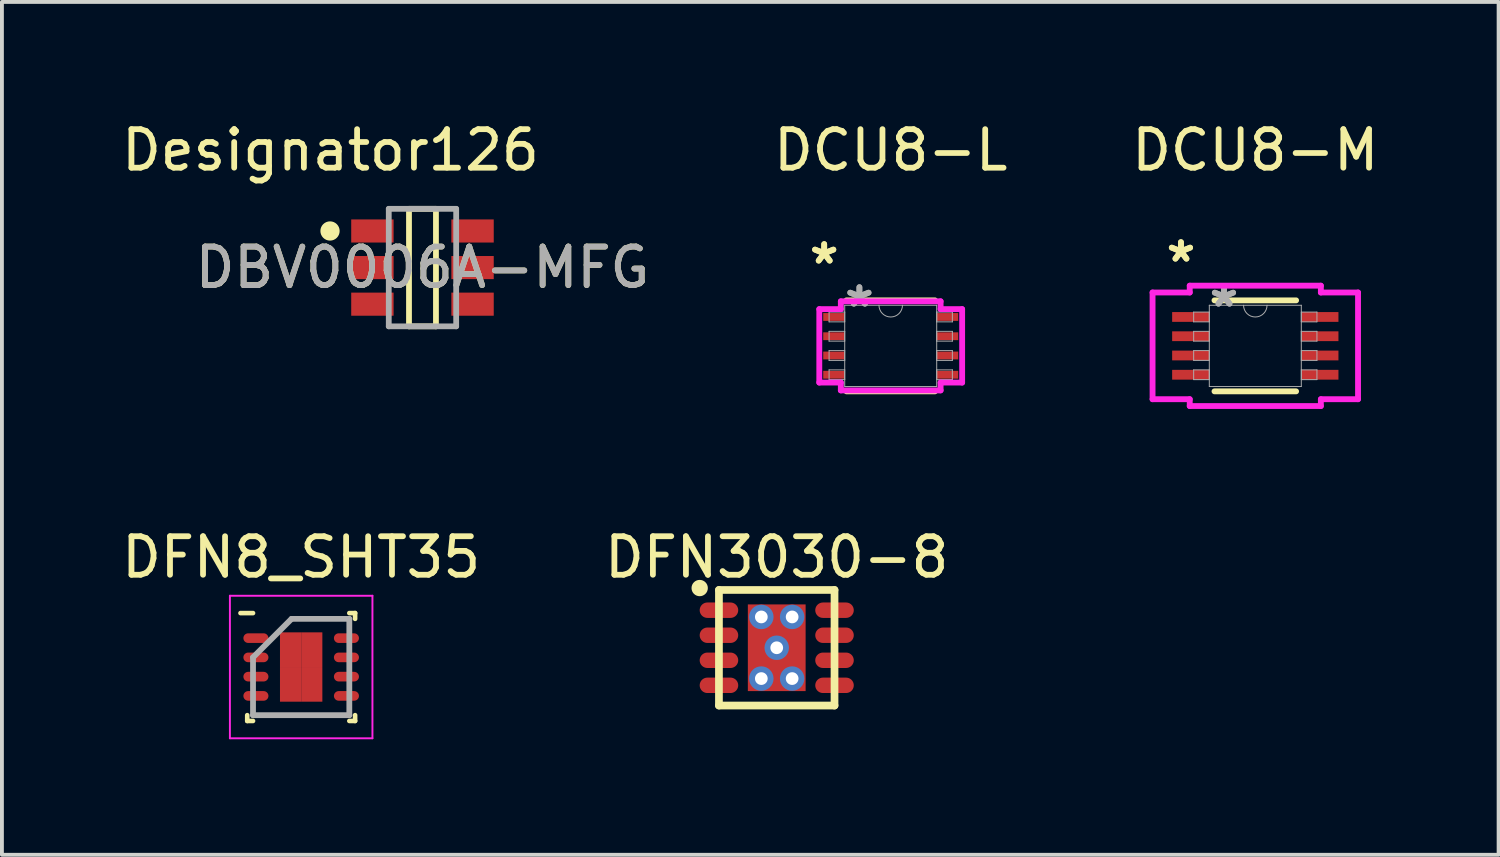
<source format=kicad_pcb>
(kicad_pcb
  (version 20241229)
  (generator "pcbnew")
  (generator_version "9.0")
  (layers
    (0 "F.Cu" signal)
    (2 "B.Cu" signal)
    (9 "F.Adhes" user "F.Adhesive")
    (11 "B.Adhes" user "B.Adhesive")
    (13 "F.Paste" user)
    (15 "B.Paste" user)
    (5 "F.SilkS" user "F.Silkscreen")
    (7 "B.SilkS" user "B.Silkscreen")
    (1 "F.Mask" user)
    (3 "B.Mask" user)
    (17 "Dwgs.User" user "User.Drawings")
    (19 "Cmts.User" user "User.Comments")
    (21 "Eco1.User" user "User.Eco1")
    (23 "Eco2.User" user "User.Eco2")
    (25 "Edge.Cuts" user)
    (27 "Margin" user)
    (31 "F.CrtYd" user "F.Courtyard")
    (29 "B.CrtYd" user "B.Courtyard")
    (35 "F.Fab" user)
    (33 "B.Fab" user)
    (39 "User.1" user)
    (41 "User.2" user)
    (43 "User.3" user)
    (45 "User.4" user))
  (footprint "DCU8-M"
    (layer "F.Cu")
    (at 29.536 5.928)
    (property "Reference" "DCU8-M" (at 0 -5.08 0) (unlocked yes) (layer "F.SilkS") (effects (font (size 1 1) (thickness 0.15))))
    (attr smd)
    (fp_line (start -1.059 1.181) (end 1.059 1.181) (stroke (width 0.152) (type solid)) (layer "F.SilkS"))
    (fp_line (start 1.059 -1.181) (end -1.059 -1.181) (stroke (width 0.152) (type solid)) (layer "F.SilkS"))
    (fp_line (start -2.667 -1.385) (end -1.702 -1.385) (stroke (width 0.152) (type solid)) (layer "F.CrtYd"))
    (fp_line (start -2.667 1.385) (end -2.667 -1.385) (stroke (width 0.152) (type solid)) (layer "F.CrtYd"))
    (fp_line (start -2.667 1.385) (end -1.702 1.385) (stroke (width 0.152) (type solid)) (layer "F.CrtYd"))
    (fp_line (start -1.702 -1.562) (end 1.702 -1.562) (stroke (width 0.152) (type solid)) (layer "F.CrtYd"))
    (fp_line (start -1.702 -1.385) (end -1.702 -1.562) (stroke (width 0.152) (type solid)) (layer "F.CrtYd"))
    (fp_line (start -1.702 1.562) (end -1.702 1.385) (stroke (width 0.152) (type solid)) (layer "F.CrtYd"))
    (fp_line (start 1.702 -1.562) (end 1.702 -1.385) (stroke (width 0.152) (type solid)) (layer "F.CrtYd"))
    (fp_line (start 1.702 1.385) (end 1.702 1.562) (stroke (width 0.152) (type solid)) (layer "F.CrtYd"))
    (fp_line (start 1.702 1.562) (end -1.702 1.562) (stroke (width 0.152) (type solid)) (layer "F.CrtYd"))
    (fp_line (start 2.667 -1.385) (end 1.702 -1.385) (stroke (width 0.152) (type solid)) (layer "F.CrtYd"))
    (fp_line (start 2.667 -1.385) (end 2.667 1.385) (stroke (width 0.152) (type solid)) (layer "F.CrtYd"))
    (fp_line (start 2.667 1.385) (end 1.702 1.385) (stroke (width 0.152) (type solid)) (layer "F.CrtYd"))
    (fp_line (start -1.6 -0.877) (end -1.6 -0.623) (stroke (width 0.025) (type solid)) (layer "F.Fab"))
    (fp_line (start -1.6 -0.623) (end -1.194 -0.623) (stroke (width 0.025) (type solid)) (layer "F.Fab"))
    (fp_line (start -1.6 -0.377) (end -1.6 -0.123) (stroke (width 0.025) (type solid)) (layer "F.Fab"))
    (fp_line (start -1.6 -0.123) (end -1.194 -0.123) (stroke (width 0.025) (type solid)) (layer "F.Fab"))
    (fp_line (start -1.6 0.123) (end -1.6 0.377) (stroke (width 0.025) (type solid)) (layer "F.Fab"))
    (fp_line (start -1.6 0.377) (end -1.194 0.377) (stroke (width 0.025) (type solid)) (layer "F.Fab"))
    (fp_line (start -1.6 0.623) (end -1.6 0.877) (stroke (width 0.025) (type solid)) (layer "F.Fab"))
    (fp_line (start -1.6 0.877) (end -1.194 0.877) (stroke (width 0.025) (type solid)) (layer "F.Fab"))
    (fp_line (start -1.194 -1.054) (end -1.194 1.054) (stroke (width 0.025) (type solid)) (layer "F.Fab"))
    (fp_line (start -1.194 -0.877) (end -1.6 -0.877) (stroke (width 0.025) (type solid)) (layer "F.Fab"))
    (fp_line (start -1.194 -0.623) (end -1.194 -0.877) (stroke (width 0.025) (type solid)) (layer "F.Fab"))
    (fp_line (start -1.194 -0.377) (end -1.6 -0.377) (stroke (width 0.025) (type solid)) (layer "F.Fab"))
    (fp_line (start -1.194 -0.123) (end -1.194 -0.377) (stroke (width 0.025) (type solid)) (layer "F.Fab"))
    (fp_line (start -1.194 0.123) (end -1.6 0.123) (stroke (width 0.025) (type solid)) (layer "F.Fab"))
    (fp_line (start -1.194 0.377) (end -1.194 0.123) (stroke (width 0.025) (type solid)) (layer "F.Fab"))
    (fp_line (start -1.194 0.623) (end -1.6 0.623) (stroke (width 0.025) (type solid)) (layer "F.Fab"))
    (fp_line (start -1.194 0.877) (end -1.194 0.623) (stroke (width 0.025) (type solid)) (layer "F.Fab"))
    (fp_line (start -1.194 1.054) (end 1.194 1.054) (stroke (width 0.025) (type solid)) (layer "F.Fab"))
    (fp_line (start 1.194 -1.054) (end -1.194 -1.054) (stroke (width 0.025) (type solid)) (layer "F.Fab"))
    (fp_line (start 1.194 -0.877) (end 1.194 -0.623) (stroke (width 0.025) (type solid)) (layer "F.Fab"))
    (fp_line (start 1.194 -0.623) (end 1.6 -0.623) (stroke (width 0.025) (type solid)) (layer "F.Fab"))
    (fp_line (start 1.194 -0.377) (end 1.194 -0.123) (stroke (width 0.025) (type solid)) (layer "F.Fab"))
    (fp_line (start 1.194 -0.123) (end 1.6 -0.123) (stroke (width 0.025) (type solid)) (layer "F.Fab"))
    (fp_line (start 1.194 0.123) (end 1.194 0.377) (stroke (width 0.025) (type solid)) (layer "F.Fab"))
    (fp_line (start 1.194 0.377) (end 1.6 0.377) (stroke (width 0.025) (type solid)) (layer "F.Fab"))
    (fp_line (start 1.194 0.623) (end 1.194 0.877) (stroke (width 0.025) (type solid)) (layer "F.Fab"))
    (fp_line (start 1.194 0.877) (end 1.6 0.877) (stroke (width 0.025) (type solid)) (layer "F.Fab"))
    (fp_line (start 1.194 1.054) (end 1.194 -1.054) (stroke (width 0.025) (type solid)) (layer "F.Fab"))
    (fp_line (start 1.6 -0.877) (end 1.194 -0.877) (stroke (width 0.025) (type solid)) (layer "F.Fab"))
    (fp_line (start 1.6 -0.623) (end 1.6 -0.877) (stroke (width 0.025) (type solid)) (layer "F.Fab"))
    (fp_line (start 1.6 -0.377) (end 1.194 -0.377) (stroke (width 0.025) (type solid)) (layer "F.Fab"))
    (fp_line (start 1.6 -0.123) (end 1.6 -0.377) (stroke (width 0.025) (type solid)) (layer "F.Fab"))
    (fp_line (start 1.6 0.123) (end 1.194 0.123) (stroke (width 0.025) (type solid)) (layer "F.Fab"))
    (fp_line (start 1.6 0.377) (end 1.6 0.123) (stroke (width 0.025) (type solid)) (layer "F.Fab"))
    (fp_line (start 1.6 0.623) (end 1.194 0.623) (stroke (width 0.025) (type solid)) (layer "F.Fab"))
    (fp_line (start 1.6 0.877) (end 1.6 0.623) (stroke (width 0.025) (type solid)) (layer "F.Fab"))
    (fp_arc (start 0.3048 -1.0541) (mid 0 -0.7493) (end -0.3048 -1.0541) (stroke (width 0.0254) (type solid)) (layer "F.Fab"))
    (fp_text user "*" (at -1.93 -2.147 0) (layer "F.SilkS") (effects (font (size 1 1) (thickness 0.15))))
    (fp_text user "*" (at -1.93 -2.147 0) (unlocked yes) (layer "F.SilkS") (effects (font (size 1 1) (thickness 0.15))))
    (fp_text user "*" (at -0.813 -0.978 0) (unlocked yes) (layer "F.Fab") (effects (font (size 1 1) (thickness 0.15))))
    (fp_text user "*" (at -0.813 -0.978 0) (layer "F.Fab") (effects (font (size 1 1) (thickness 0.15))))
    (pad "1" smd rect (at -1.676 -0.75) (size 0.965 0.254) (layers "F.Cu" "F.Mask" "F.Paste"))
    (pad "2" smd rect (at -1.676 -0.25) (size 0.965 0.254) (layers "F.Cu" "F.Mask" "F.Paste"))
    (pad "3" smd rect (at -1.676 0.25) (size 0.965 0.254) (layers "F.Cu" "F.Mask" "F.Paste"))
    (pad "4" smd rect (at -1.676 0.75) (size 0.965 0.254) (layers "F.Cu" "F.Mask" "F.Paste"))
    (pad "5" smd rect (at 1.676 0.75) (size 0.965 0.254) (layers "F.Cu" "F.Mask" "F.Paste"))
    (pad "6" smd rect (at 1.676 0.25) (size 0.965 0.254) (layers "F.Cu" "F.Mask" "F.Paste"))
    (pad "7" smd rect (at 1.676 -0.25) (size 0.965 0.254) (layers "F.Cu" "F.Mask" "F.Paste"))
    (pad "8" smd rect (at 1.676 -0.75) (size 0.965 0.254) (layers "F.Cu" "F.Mask" "F.Paste")))
  (footprint "DFN3030-8"
    (layer "F.Cu")
    (at 17.113 13.765)
    (property "Reference" "DFN3030-8" (at 0 -2.35 0) (layer "F.SilkS") (effects (font (size 1 1) (thickness 0.15))))
    (attr through_hole)
    (fp_line (start -2 -1.55) (end -2 -1.55) (stroke (width 0.2) (type solid)) (layer "F.SilkS"))
    (fp_line (start -1.5 -1.5) (end 1.5 -1.5) (stroke (width 0.2) (type solid)) (layer "F.SilkS"))
    (fp_line (start -1.5 1.5) (end -1.5 -1.5) (stroke (width 0.2) (type solid)) (layer "F.SilkS"))
    (fp_line (start 1.5 -1.5) (end 1.5 1.5) (stroke (width 0.2) (type solid)) (layer "F.SilkS"))
    (fp_line (start 1.5 1.5) (end -1.5 1.5) (stroke (width 0.2) (type solid)) (layer "F.SilkS"))
    (fp_circle (center -2 -1.55) (end -1.95 -1.45) (stroke (width 0.2) (type solid)) (fill no) (layer "F.SilkS"))
    (pad "1" smd oval (at -1.5 -0.975) (size 1 0.4) (layers "F.Cu" "F.Mask" "F.Paste"))
    (pad "2" smd oval (at -1.5 -0.325) (size 1 0.4) (layers "F.Cu" "F.Mask" "F.Paste"))
    (pad "3" smd oval (at -1.5 0.325) (size 1 0.4) (layers "F.Cu" "F.Mask" "F.Paste"))
    (pad "4" smd oval (at -1.5 0.975) (size 1 0.4) (layers "F.Cu" "F.Mask" "F.Paste"))
    (pad "5" smd oval (at 1.5 0.975) (size 1 0.4) (layers "F.Cu" "F.Mask" "F.Paste"))
    (pad "6" smd oval (at 1.5 0.325) (size 1 0.4) (layers "F.Cu" "F.Mask" "F.Paste"))
    (pad "7" smd oval (at 1.5 -0.325) (size 1 0.4) (layers "F.Cu" "F.Mask" "F.Paste"))
    (pad "8" smd oval (at 1.5 -0.975) (size 1 0.4) (layers "F.Cu" "F.Mask" "F.Paste"))
    (pad "9" thru_hole circle (at -0.4 -0.8) (size 0.635 0.635) (drill 0.33) (layers "*.Cu" "*.Mask"))
    (pad "9" thru_hole circle (at -0.4 0.8) (size 0.635 0.635) (drill 0.33) (layers "*.Cu" "*.Mask"))
    (pad "9" thru_hole circle (at 0 0) (size 0.635 0.635) (drill 0.33) (layers "*.Cu" "*.Mask"))
    (pad "9" smd rect (at 0 0) (size 1.5 2.25) (layers "F.Cu" "F.Mask" "F.Paste"))
    (pad "9" thru_hole circle (at 0.4 -0.8) (size 0.635 0.635) (drill 0.33) (layers "*.Cu" "*.Mask"))
    (pad "9" thru_hole circle (at 0.4 0.8) (size 0.635 0.635) (drill 0.33) (layers "*.Cu" "*.Mask")))
  (footprint "DCU8-L"
    (layer "F.Cu")
    (at 20.072 5.928)
    (property "Reference" "DCU8-L" (at 0 -5.08 0) (unlocked yes) (layer "F.SilkS") (effects (font (size 1 1) (thickness 0.15))))
    (attr smd)
    (fp_line (start -1.147 1.181) (end 1.147 1.181) (stroke (width 0.152) (type solid)) (layer "F.SilkS"))
    (fp_line (start 1.147 -1.181) (end -1.147 -1.181) (stroke (width 0.152) (type solid)) (layer "F.SilkS"))
    (fp_line (start -1.854 -0.953) (end -1.295 -0.953) (stroke (width 0.152) (type solid)) (layer "F.CrtYd"))
    (fp_line (start -1.854 0.953) (end -1.854 -0.953) (stroke (width 0.152) (type solid)) (layer "F.CrtYd"))
    (fp_line (start -1.854 0.953) (end -1.295 0.953) (stroke (width 0.152) (type solid)) (layer "F.CrtYd"))
    (fp_line (start -1.295 -1.156) (end 1.295 -1.156) (stroke (width 0.152) (type solid)) (layer "F.CrtYd"))
    (fp_line (start -1.295 -0.953) (end -1.295 -1.156) (stroke (width 0.152) (type solid)) (layer "F.CrtYd"))
    (fp_line (start -1.295 1.156) (end -1.295 0.953) (stroke (width 0.152) (type solid)) (layer "F.CrtYd"))
    (fp_line (start 1.295 -1.156) (end 1.295 -0.953) (stroke (width 0.152) (type solid)) (layer "F.CrtYd"))
    (fp_line (start 1.295 0.953) (end 1.295 1.156) (stroke (width 0.152) (type solid)) (layer "F.CrtYd"))
    (fp_line (start 1.295 1.156) (end -1.295 1.156) (stroke (width 0.152) (type solid)) (layer "F.CrtYd"))
    (fp_line (start 1.854 -0.953) (end 1.295 -0.953) (stroke (width 0.152) (type solid)) (layer "F.CrtYd"))
    (fp_line (start 1.854 -0.953) (end 1.854 0.953) (stroke (width 0.152) (type solid)) (layer "F.CrtYd"))
    (fp_line (start 1.854 0.953) (end 1.295 0.953) (stroke (width 0.152) (type solid)) (layer "F.CrtYd"))
    (fp_line (start -1.6 -0.877) (end -1.6 -0.623) (stroke (width 0.025) (type solid)) (layer "F.Fab"))
    (fp_line (start -1.6 -0.623) (end -1.194 -0.623) (stroke (width 0.025) (type solid)) (layer "F.Fab"))
    (fp_line (start -1.6 -0.377) (end -1.6 -0.123) (stroke (width 0.025) (type solid)) (layer "F.Fab"))
    (fp_line (start -1.6 -0.123) (end -1.194 -0.123) (stroke (width 0.025) (type solid)) (layer "F.Fab"))
    (fp_line (start -1.6 0.123) (end -1.6 0.377) (stroke (width 0.025) (type solid)) (layer "F.Fab"))
    (fp_line (start -1.6 0.377) (end -1.194 0.377) (stroke (width 0.025) (type solid)) (layer "F.Fab"))
    (fp_line (start -1.6 0.623) (end -1.6 0.877) (stroke (width 0.025) (type solid)) (layer "F.Fab"))
    (fp_line (start -1.6 0.877) (end -1.194 0.877) (stroke (width 0.025) (type solid)) (layer "F.Fab"))
    (fp_line (start -1.194 -1.054) (end -1.194 1.054) (stroke (width 0.025) (type solid)) (layer "F.Fab"))
    (fp_line (start -1.194 -0.877) (end -1.6 -0.877) (stroke (width 0.025) (type solid)) (layer "F.Fab"))
    (fp_line (start -1.194 -0.623) (end -1.194 -0.877) (stroke (width 0.025) (type solid)) (layer "F.Fab"))
    (fp_line (start -1.194 -0.377) (end -1.6 -0.377) (stroke (width 0.025) (type solid)) (layer "F.Fab"))
    (fp_line (start -1.194 -0.123) (end -1.194 -0.377) (stroke (width 0.025) (type solid)) (layer "F.Fab"))
    (fp_line (start -1.194 0.123) (end -1.6 0.123) (stroke (width 0.025) (type solid)) (layer "F.Fab"))
    (fp_line (start -1.194 0.377) (end -1.194 0.123) (stroke (width 0.025) (type solid)) (layer "F.Fab"))
    (fp_line (start -1.194 0.623) (end -1.6 0.623) (stroke (width 0.025) (type solid)) (layer "F.Fab"))
    (fp_line (start -1.194 0.877) (end -1.194 0.623) (stroke (width 0.025) (type solid)) (layer "F.Fab"))
    (fp_line (start -1.194 1.054) (end 1.194 1.054) (stroke (width 0.025) (type solid)) (layer "F.Fab"))
    (fp_line (start 1.194 -1.054) (end -1.194 -1.054) (stroke (width 0.025) (type solid)) (layer "F.Fab"))
    (fp_line (start 1.194 -0.877) (end 1.194 -0.623) (stroke (width 0.025) (type solid)) (layer "F.Fab"))
    (fp_line (start 1.194 -0.623) (end 1.6 -0.623) (stroke (width 0.025) (type solid)) (layer "F.Fab"))
    (fp_line (start 1.194 -0.377) (end 1.194 -0.123) (stroke (width 0.025) (type solid)) (layer "F.Fab"))
    (fp_line (start 1.194 -0.123) (end 1.6 -0.123) (stroke (width 0.025) (type solid)) (layer "F.Fab"))
    (fp_line (start 1.194 0.123) (end 1.194 0.377) (stroke (width 0.025) (type solid)) (layer "F.Fab"))
    (fp_line (start 1.194 0.377) (end 1.6 0.377) (stroke (width 0.025) (type solid)) (layer "F.Fab"))
    (fp_line (start 1.194 0.623) (end 1.194 0.877) (stroke (width 0.025) (type solid)) (layer "F.Fab"))
    (fp_line (start 1.194 0.877) (end 1.6 0.877) (stroke (width 0.025) (type solid)) (layer "F.Fab"))
    (fp_line (start 1.194 1.054) (end 1.194 -1.054) (stroke (width 0.025) (type solid)) (layer "F.Fab"))
    (fp_line (start 1.6 -0.877) (end 1.194 -0.877) (stroke (width 0.025) (type solid)) (layer "F.Fab"))
    (fp_line (start 1.6 -0.623) (end 1.6 -0.877) (stroke (width 0.025) (type solid)) (layer "F.Fab"))
    (fp_line (start 1.6 -0.377) (end 1.194 -0.377) (stroke (width 0.025) (type solid)) (layer "F.Fab"))
    (fp_line (start 1.6 -0.123) (end 1.6 -0.377) (stroke (width 0.025) (type solid)) (layer "F.Fab"))
    (fp_line (start 1.6 0.123) (end 1.194 0.123) (stroke (width 0.025) (type solid)) (layer "F.Fab"))
    (fp_line (start 1.6 0.377) (end 1.6 0.123) (stroke (width 0.025) (type solid)) (layer "F.Fab"))
    (fp_line (start 1.6 0.623) (end 1.194 0.623) (stroke (width 0.025) (type solid)) (layer "F.Fab"))
    (fp_line (start 1.6 0.877) (end 1.6 0.623) (stroke (width 0.025) (type solid)) (layer "F.Fab"))
    (fp_arc (start 0.3048 -1.0541) (mid 0 -0.7493) (end -0.3048 -1.0541) (stroke (width 0.0254) (type solid)) (layer "F.Fab"))
    (fp_text user "*" (at -1.727 -2.096 0) (layer "F.SilkS") (effects (font (size 1 1) (thickness 0.15))))
    (fp_text user "*" (at -1.727 -2.096 0) (unlocked yes) (layer "F.SilkS") (effects (font (size 1 1) (thickness 0.15))))
    (fp_text user "*" (at -0.813 -0.978 0) (layer "F.Fab") (effects (font (size 1 1) (thickness 0.15))))
    (fp_text user "*" (at -0.813 -0.978 0) (unlocked yes) (layer "F.Fab") (effects (font (size 1 1) (thickness 0.15))))
    (pad "1" smd rect (at -1.473 -0.75) (size 0.559 0.203) (layers "F.Cu" "F.Mask" "F.Paste"))
    (pad "2" smd rect (at -1.473 -0.25) (size 0.559 0.203) (layers "F.Cu" "F.Mask" "F.Paste"))
    (pad "3" smd rect (at -1.473 0.25) (size 0.559 0.203) (layers "F.Cu" "F.Mask" "F.Paste"))
    (pad "4" smd rect (at -1.473 0.75) (size 0.559 0.203) (layers "F.Cu" "F.Mask" "F.Paste"))
    (pad "5" smd rect (at 1.473 0.75) (size 0.559 0.203) (layers "F.Cu" "F.Mask" "F.Paste"))
    (pad "6" smd rect (at 1.473 0.25) (size 0.559 0.203) (layers "F.Cu" "F.Mask" "F.Paste"))
    (pad "7" smd rect (at 1.473 -0.25) (size 0.559 0.203) (layers "F.Cu" "F.Mask" "F.Paste"))
    (pad "8" smd rect (at 1.473 -0.75) (size 0.559 0.203) (layers "F.Cu" "F.Mask" "F.Paste")))
  (footprint "DFN8_SHT35"
    (layer "F.Cu")
    (at 4.768 14.265)
    (property "Reference" "DFN8_SHT35" (at 0 -2.85 0) (layer "F.SilkS") (effects (font (size 1 1) (thickness 0.15))))
    (attr smd)
    (fp_line (start -1.4 1.4) (end -1.4 1.25) (stroke (width 0.12) (type solid)) (layer "F.SilkS"))
    (fp_line (start -1.25 -1.4) (end -1.575 -1.4) (stroke (width 0.12) (type solid)) (layer "F.SilkS"))
    (fp_line (start -1.25 1.4) (end -1.4 1.4) (stroke (width 0.12) (type solid)) (layer "F.SilkS"))
    (fp_line (start 1.25 -1.4) (end 1.4 -1.4) (stroke (width 0.12) (type solid)) (layer "F.SilkS"))
    (fp_line (start 1.25 1.4) (end 1.4 1.4) (stroke (width 0.12) (type solid)) (layer "F.SilkS"))
    (fp_line (start 1.4 -1.4) (end 1.4 -1.25) (stroke (width 0.12) (type solid)) (layer "F.SilkS"))
    (fp_line (start 1.4 1.4) (end 1.4 1.25) (stroke (width 0.12) (type solid)) (layer "F.SilkS"))
    (fp_line (start -1.85 -1.85) (end 1.85 -1.85) (stroke (width 0.05) (type solid)) (layer "F.CrtYd"))
    (fp_line (start -1.85 1.85) (end -1.85 -1.85) (stroke (width 0.05) (type solid)) (layer "F.CrtYd"))
    (fp_line (start 1.85 -1.85) (end 1.85 1.85) (stroke (width 0.05) (type solid)) (layer "F.CrtYd"))
    (fp_line (start 1.85 1.85) (end -1.85 1.85) (stroke (width 0.05) (type solid)) (layer "F.CrtYd"))
    (fp_line (start -1.25 -0.25) (end -1.25 1.25) (stroke (width 0.15) (type solid)) (layer "F.Fab"))
    (fp_line (start -1.25 1.25) (end 1.25 1.25) (stroke (width 0.15) (type solid)) (layer "F.Fab"))
    (fp_line (start -0.25 -1.25) (end -1.25 -0.25) (stroke (width 0.15) (type solid)) (layer "F.Fab"))
    (fp_line (start 1.25 -1.25) (end -0.25 -1.25) (stroke (width 0.15) (type solid)) (layer "F.Fab"))
    (fp_line (start 1.25 1.25) (end 1.25 -1.25) (stroke (width 0.15) (type solid)) (layer "F.Fab"))
    (pad "1" smd oval (at -1.175 -0.75 90) (size 0.25 0.65) (layers "F.Cu" "F.Mask" "F.Paste"))
    (pad "2" smd oval (at -1.175 -0.25 90) (size 0.25 0.65) (layers "F.Cu" "F.Mask" "F.Paste"))
    (pad "3" smd oval (at -1.175 0.25 90) (size 0.25 0.65) (layers "F.Cu" "F.Mask" "F.Paste"))
    (pad "4" smd oval (at -1.175 0.75 90) (size 0.25 0.65) (layers "F.Cu" "F.Mask" "F.Paste"))
    (pad "5" smd oval (at 1.175 0.75 90) (size 0.25 0.65) (layers "F.Cu" "F.Mask" "F.Paste"))
    (pad "6" smd oval (at 1.175 0.25 90) (size 0.25 0.65) (layers "F.Cu" "F.Mask" "F.Paste"))
    (pad "7" smd oval (at 1.175 -0.25 90) (size 0.25 0.65) (layers "F.Cu" "F.Mask" "F.Paste"))
    (pad "8" smd oval (at 1.175 -0.75 90) (size 0.25 0.65) (layers "F.Cu" "F.Mask" "F.Paste"))
    (pad "9" smd rect (at -0.275 -0.45) (size 0.55 0.9) (layers "F.Cu" "F.Mask" "F.Paste"))
    (pad "9" smd rect (at -0.275 0.45) (size 0.55 0.9) (layers "F.Cu" "F.Mask" "F.Paste"))
    (pad "9" smd rect (at 0.275 -0.45) (size 0.55 0.9) (layers "F.Cu" "F.Mask" "F.Paste"))
    (pad "9" smd rect (at 0.275 0.45) (size 0.55 0.9) (layers "F.Cu" "F.Mask" "F.Paste")))
  (footprint "DBV0006A-MFG"
    (layer "F.Cu")
    (at 7.917 3.896)
    (property "Reference" "DBV0006A-MFG" (at 0 0 0) (unlocked yes) (layer "F.SilkS") (effects (font (size 1 1) (thickness 0.15))))
    (attr smd)
    (fp_line (start -0.35 -1.525) (end 0.35 -1.525) (stroke (width 0.15) (type solid)) (layer "F.SilkS"))
    (fp_line (start -0.35 1.525) (end -0.35 -1.525) (stroke (width 0.15) (type solid)) (layer "F.SilkS"))
    (fp_line (start -0.35 1.525) (end 0.35 1.525) (stroke (width 0.15) (type solid)) (layer "F.SilkS"))
    (fp_line (start 0.35 1.525) (end 0.35 -1.525) (stroke (width 0.15) (type solid)) (layer "F.SilkS"))
    (fp_circle (center -2.4 -0.95) (end -2.275 -0.95) (stroke (width 0.25) (type solid)) (fill no) (layer "F.SilkS"))
    (fp_line (start -0.875 -1.525) (end 0.875 -1.525) (stroke (width 0.15) (type solid)) (layer "F.Fab"))
    (fp_line (start -0.875 1.525) (end -0.875 -1.525) (stroke (width 0.15) (type solid)) (layer "F.Fab"))
    (fp_line (start -0.875 1.525) (end 0.875 1.525) (stroke (width 0.15) (type solid)) (layer "F.Fab"))
    (fp_line (start 0.875 1.525) (end 0.875 -1.525) (stroke (width 0.15) (type solid)) (layer "F.Fab"))
    (fp_text user "Designator126" (at -2.388 -3.048 0) (unlocked yes) (layer "F.SilkS") (effects (font (size 1 1) (thickness 0.15))))
    (fp_text user "${REFERENCE}" (at 0 0 0) (unlocked yes) (layer "F.Fab") (effects (font (size 1 1) (thickness 0.15))))
    (pad "1" smd rect (at -1.3 -0.95) (size 1.1 0.6) (layers "F.Cu" "F.Mask" "F.Paste"))
    (pad "2" smd rect (at -1.3 0) (size 1.1 0.6) (layers "F.Cu" "F.Mask" "F.Paste"))
    (pad "3" smd rect (at -1.3 0.95) (size 1.1 0.6) (layers "F.Cu" "F.Mask" "F.Paste"))
    (pad "4" smd rect (at 1.3 0.95) (size 1.1 0.6) (layers "F.Cu" "F.Mask" "F.Paste"))
    (pad "5" smd rect (at 1.3 0) (size 1.1 0.6) (layers "F.Cu" "F.Mask" "F.Paste"))
    (pad "6" smd rect (at 1.3 -0.95) (size 1.1 0.6) (layers "F.Cu" "F.Mask" "F.Paste")))
  (gr_rect
    (start -3 -3)
    (end 35.852 19.14)
    (stroke (width 0.1) (type default))
    (fill no)
    (layer "Edge.Cuts")))
</source>
